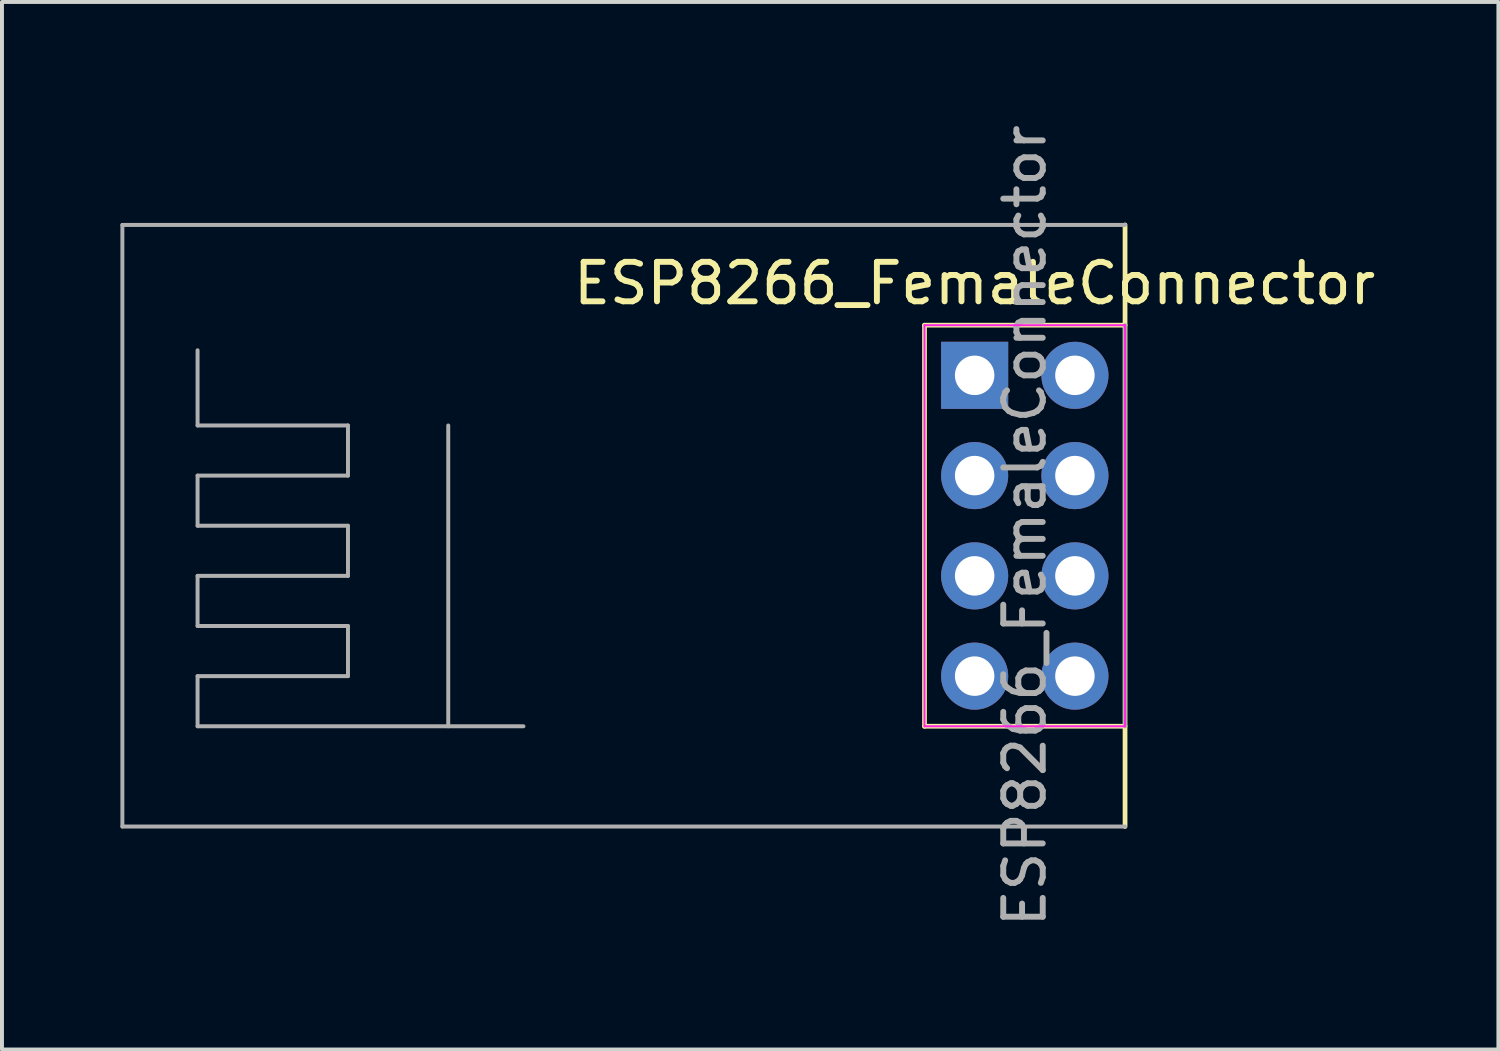
<source format=kicad_pcb>
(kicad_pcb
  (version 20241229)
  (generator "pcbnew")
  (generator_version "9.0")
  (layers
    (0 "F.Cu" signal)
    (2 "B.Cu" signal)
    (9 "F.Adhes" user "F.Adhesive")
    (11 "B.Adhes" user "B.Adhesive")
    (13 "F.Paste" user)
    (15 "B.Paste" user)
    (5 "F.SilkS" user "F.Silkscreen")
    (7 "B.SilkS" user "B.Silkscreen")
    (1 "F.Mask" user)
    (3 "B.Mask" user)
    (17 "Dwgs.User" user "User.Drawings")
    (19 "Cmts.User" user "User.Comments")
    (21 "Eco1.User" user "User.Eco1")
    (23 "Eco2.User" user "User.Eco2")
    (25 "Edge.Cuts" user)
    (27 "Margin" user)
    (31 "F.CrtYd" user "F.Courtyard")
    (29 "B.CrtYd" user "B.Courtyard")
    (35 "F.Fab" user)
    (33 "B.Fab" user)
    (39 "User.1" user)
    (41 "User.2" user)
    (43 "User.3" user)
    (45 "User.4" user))
  (footprint "ESP8266_FemaleConnector"
    (layer "F.Cu")
    (at 21.64 6.458)
    (property "Reference" "ESP8266_FemaleConnector" (at 0 -2.33 0) (layer "F.SilkS") (effects (font (size 1 1) (thickness 0.15))))
    (attr through_hole)
    (fp_line (start -1.27 -1.27) (end -1.27 8.89) (stroke (width 0.12) (type solid)) (layer "F.SilkS"))
    (fp_line (start -1.27 -1.27) (end 3.81 -1.27) (stroke (width 0.12) (type solid)) (layer "F.SilkS"))
    (fp_line (start -1.27 8.89) (end 3.81 8.89) (stroke (width 0.12) (type solid)) (layer "F.SilkS"))
    (fp_line (start 3.81 -3.81) (end 3.81 11.43) (stroke (width 0.12) (type solid)) (layer "F.SilkS"))
    (fp_line (start -1.27 -1.27) (end -1.27 8.89) (stroke (width 0.05) (type solid)) (layer "F.CrtYd"))
    (fp_line (start -1.27 8.89) (end 3.81 8.89) (stroke (width 0.05) (type solid)) (layer "F.CrtYd"))
    (fp_line (start 3.81 -1.27) (end -1.27 -1.27) (stroke (width 0.05) (type solid)) (layer "F.CrtYd"))
    (fp_line (start 3.81 8.89) (end 3.81 -1.27) (stroke (width 0.05) (type solid)) (layer "F.CrtYd"))
    (fp_line (start -21.59 -3.81) (end 3.81 -3.81) (stroke (width 0.1) (type solid)) (layer "F.Fab"))
    (fp_line (start -21.59 11.43) (end -21.59 -3.81) (stroke (width 0.1) (type solid)) (layer "F.Fab"))
    (fp_line (start -19.685 1.27) (end -19.685 -0.635) (stroke (width 0.1) (type default)) (layer "F.Fab"))
    (fp_line (start -19.685 2.54) (end -15.875 2.54) (stroke (width 0.1) (type default)) (layer "F.Fab"))
    (fp_line (start -19.685 3.81) (end -19.685 2.54) (stroke (width 0.1) (type default)) (layer "F.Fab"))
    (fp_line (start -19.685 5.08) (end -15.875 5.08) (stroke (width 0.1) (type default)) (layer "F.Fab"))
    (fp_line (start -19.685 6.35) (end -19.685 5.08) (stroke (width 0.1) (type default)) (layer "F.Fab"))
    (fp_line (start -19.685 7.62) (end -15.875 7.62) (stroke (width 0.1) (type default)) (layer "F.Fab"))
    (fp_line (start -19.685 8.89) (end -19.685 7.62) (stroke (width 0.1) (type default)) (layer "F.Fab"))
    (fp_line (start -15.875 1.27) (end -19.685 1.27) (stroke (width 0.1) (type default)) (layer "F.Fab"))
    (fp_line (start -15.875 2.54) (end -15.875 1.27) (stroke (width 0.1) (type default)) (layer "F.Fab"))
    (fp_line (start -15.875 3.81) (end -19.685 3.81) (stroke (width 0.1) (type default)) (layer "F.Fab"))
    (fp_line (start -15.875 5.08) (end -15.875 3.81) (stroke (width 0.1) (type default)) (layer "F.Fab"))
    (fp_line (start -15.875 6.35) (end -19.685 6.35) (stroke (width 0.1) (type default)) (layer "F.Fab"))
    (fp_line (start -15.875 7.62) (end -15.875 6.35) (stroke (width 0.1) (type default)) (layer "F.Fab"))
    (fp_line (start -13.335 1.27) (end -13.335 8.89) (stroke (width 0.1) (type default)) (layer "F.Fab"))
    (fp_line (start -11.43 8.89) (end -19.685 8.89) (stroke (width 0.1) (type default)) (layer "F.Fab"))
    (fp_line (start 3.81 -1.27) (end 3.81 8.89) (stroke (width 0.1) (type solid)) (layer "F.Fab"))
    (fp_line (start 3.81 11.43) (end -21.59 11.43) (stroke (width 0.1) (type solid)) (layer "F.Fab"))
    (fp_text user "${REFERENCE}" (at 1.27 3.81 90) (layer "F.Fab") (effects (font (size 1 1) (thickness 0.15))))
    (pad "1" thru_hole rect (at 0 0) (size 1.7 1.7) (drill 1) (layers "*.Cu" "*.Mask"))
    (pad "2" thru_hole oval (at 0 2.54) (size 1.7 1.7) (drill 1) (layers "*.Cu" "*.Mask"))
    (pad "3" thru_hole oval (at 0 5.08) (size 1.7 1.7) (drill 1) (layers "*.Cu" "*.Mask"))
    (pad "4" thru_hole oval (at 0 7.62) (size 1.7 1.7) (drill 1) (layers "*.Cu" "*.Mask"))
    (pad "5" thru_hole oval (at 2.54 7.62) (size 1.7 1.7) (drill 1) (layers "*.Cu" "*.Mask"))
    (pad "6" thru_hole oval (at 2.54 5.08) (size 1.7 1.7) (drill 1) (layers "*.Cu" "*.Mask"))
    (pad "7" thru_hole oval (at 2.54 2.54) (size 1.7 1.7) (drill 1) (layers "*.Cu" "*.Mask"))
    (pad "8" thru_hole oval (at 2.54 0) (size 1.7 1.7) (drill 1) (layers "*.Cu" "*.Mask")))
  (gr_rect
    (start -3 -3)
    (end 34.908 23.536)
    (stroke (width 0.1) (type default))
    (fill no)
    (layer "Edge.Cuts")))
</source>
